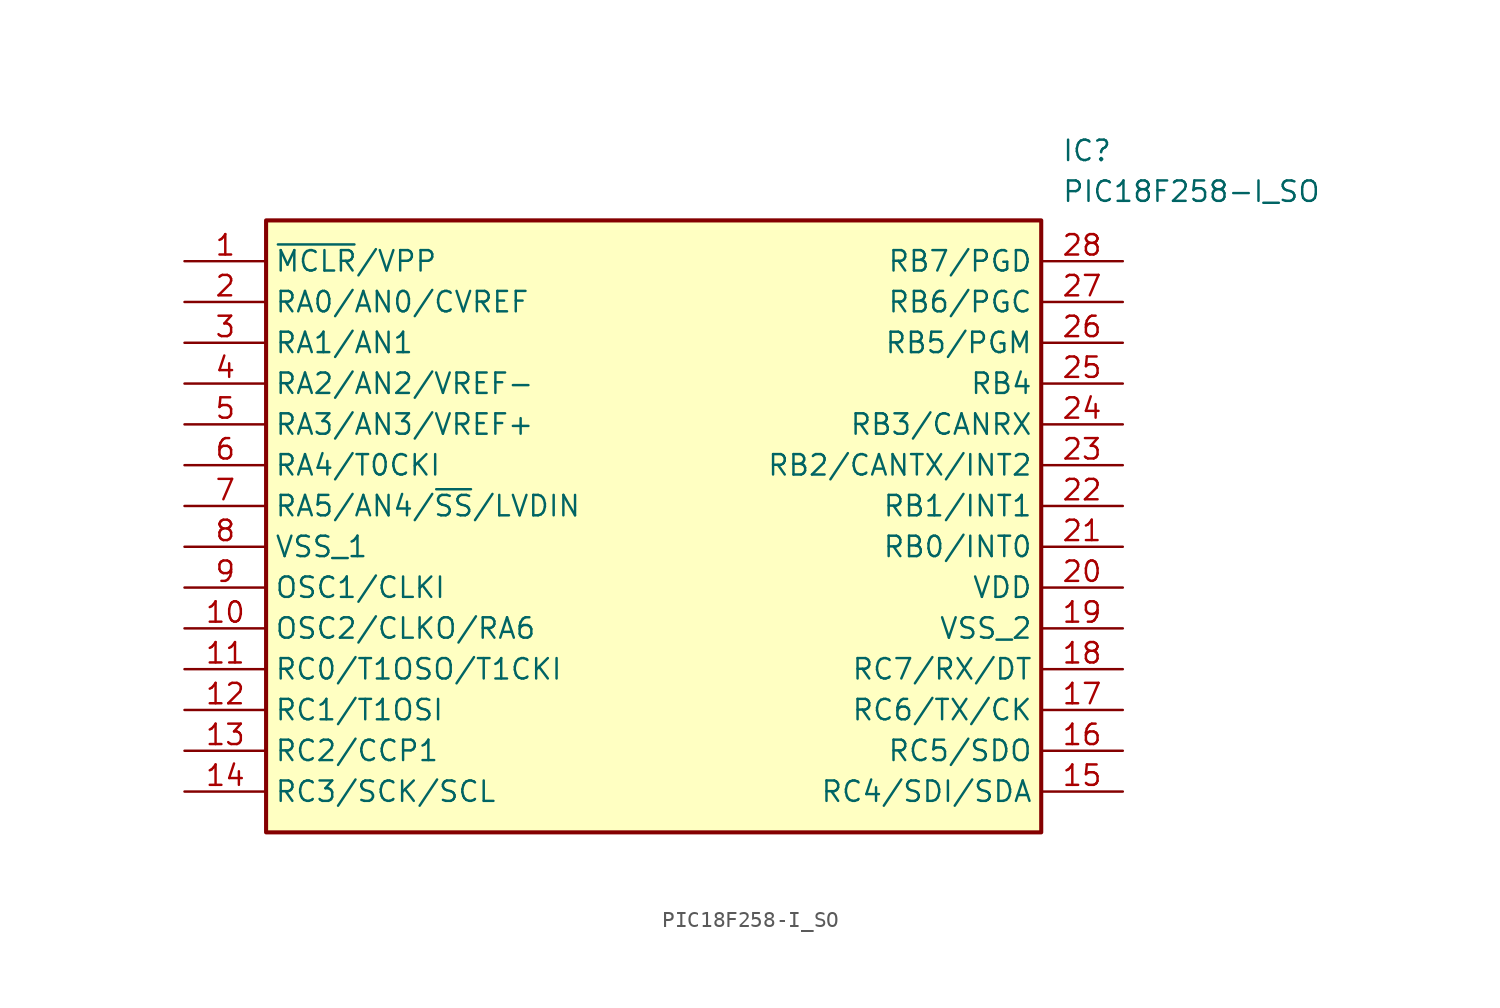
<source format=kicad_sym>
(kicad_symbol_lib
  (version 20220914)
  (generator SamacSys_ECAD_Model)
  (symbol "PIC18F258-I_SO"
    (property "Reference" "IC"
      (at 54.61 7.62 0)
      (effects (font (size 1.27 1.27)) (justify left top)))
    (property "Value" "PIC18F258-I_SO"
      (at 54.61 5.08 0)
      (effects (font (size 1.27 1.27)) (justify left top)))
    (rectangle
      (start 5.08 2.54)
      (end 53.34 -35.56)
      (stroke (width 0.254) (type default))
      (fill (type background)))
    (pin passive line
      (at 0 0 0)
      (length 5.08)
      (name "~{MCLR}/VPP" (effects (font (size 1.27 1.27))))
      (number "1" (effects (font (size 1.27 1.27)))))
    (pin passive line
      (at 0 -2.54 0)
      (length 5.08)
      (name "RA0/AN0/CVREF" (effects (font (size 1.27 1.27))))
      (number "2" (effects (font (size 1.27 1.27)))))
    (pin passive line
      (at 0 -5.08 0)
      (length 5.08)
      (name "RA1/AN1" (effects (font (size 1.27 1.27))))
      (number "3" (effects (font (size 1.27 1.27)))))
    (pin passive line
      (at 0 -7.62 0)
      (length 5.08)
      (name "RA2/AN2/VREF-" (effects (font (size 1.27 1.27))))
      (number "4" (effects (font (size 1.27 1.27)))))
    (pin passive line
      (at 0 -10.16 0)
      (length 5.08)
      (name "RA3/AN3/VREF+" (effects (font (size 1.27 1.27))))
      (number "5" (effects (font (size 1.27 1.27)))))
    (pin passive line
      (at 0 -12.7 0)
      (length 5.08)
      (name "RA4/T0CKI" (effects (font (size 1.27 1.27))))
      (number "6" (effects (font (size 1.27 1.27)))))
    (pin passive line
      (at 0 -15.24 0)
      (length 5.08)
      (name "RA5/AN4/~{SS}/LVDIN" (effects (font (size 1.27 1.27))))
      (number "7" (effects (font (size 1.27 1.27)))))
    (pin passive line
      (at 0 -17.78 0)
      (length 5.08)
      (name "VSS_1" (effects (font (size 1.27 1.27))))
      (number "8" (effects (font (size 1.27 1.27)))))
    (pin passive line
      (at 0 -20.32 0)
      (length 5.08)
      (name "OSC1/CLKI" (effects (font (size 1.27 1.27))))
      (number "9" (effects (font (size 1.27 1.27)))))
    (pin passive line
      (at 0 -22.86 0)
      (length 5.08)
      (name "OSC2/CLKO/RA6" (effects (font (size 1.27 1.27))))
      (number "10" (effects (font (size 1.27 1.27)))))
    (pin passive line
      (at 0 -25.4 0)
      (length 5.08)
      (name "RC0/T1OSO/T1CKI" (effects (font (size 1.27 1.27))))
      (number "11" (effects (font (size 1.27 1.27)))))
    (pin passive line
      (at 0 -27.94 0)
      (length 5.08)
      (name "RC1/T1OSI" (effects (font (size 1.27 1.27))))
      (number "12" (effects (font (size 1.27 1.27)))))
    (pin passive line
      (at 0 -30.48 0)
      (length 5.08)
      (name "RC2/CCP1" (effects (font (size 1.27 1.27))))
      (number "13" (effects (font (size 1.27 1.27)))))
    (pin passive line
      (at 0 -33.02 0)
      (length 5.08)
      (name "RC3/SCK/SCL" (effects (font (size 1.27 1.27))))
      (number "14" (effects (font (size 1.27 1.27)))))
    (pin passive line
      (at 58.42 0 180)
      (length 5.08)
      (name "RB7/PGD" (effects (font (size 1.27 1.27))))
      (number "28" (effects (font (size 1.27 1.27)))))
    (pin passive line
      (at 58.42 -2.54 180)
      (length 5.08)
      (name "RB6/PGC" (effects (font (size 1.27 1.27))))
      (number "27" (effects (font (size 1.27 1.27)))))
    (pin passive line
      (at 58.42 -5.08 180)
      (length 5.08)
      (name "RB5/PGM" (effects (font (size 1.27 1.27))))
      (number "26" (effects (font (size 1.27 1.27)))))
    (pin passive line
      (at 58.42 -7.62 180)
      (length 5.08)
      (name "RB4" (effects (font (size 1.27 1.27))))
      (number "25" (effects (font (size 1.27 1.27)))))
    (pin passive line
      (at 58.42 -10.16 180)
      (length 5.08)
      (name "RB3/CANRX" (effects (font (size 1.27 1.27))))
      (number "24" (effects (font (size 1.27 1.27)))))
    (pin passive line
      (at 58.42 -12.7 180)
      (length 5.08)
      (name "RB2/CANTX/INT2" (effects (font (size 1.27 1.27))))
      (number "23" (effects (font (size 1.27 1.27)))))
    (pin passive line
      (at 58.42 -15.24 180)
      (length 5.08)
      (name "RB1/INT1" (effects (font (size 1.27 1.27))))
      (number "22" (effects (font (size 1.27 1.27)))))
    (pin passive line
      (at 58.42 -17.78 180)
      (length 5.08)
      (name "RB0/INT0" (effects (font (size 1.27 1.27))))
      (number "21" (effects (font (size 1.27 1.27)))))
    (pin passive line
      (at 58.42 -20.32 180)
      (length 5.08)
      (name "VDD" (effects (font (size 1.27 1.27))))
      (number "20" (effects (font (size 1.27 1.27)))))
    (pin passive line
      (at 58.42 -22.86 180)
      (length 5.08)
      (name "VSS_2" (effects (font (size 1.27 1.27))))
      (number "19" (effects (font (size 1.27 1.27)))))
    (pin passive line
      (at 58.42 -25.4 180)
      (length 5.08)
      (name "RC7/RX/DT" (effects (font (size 1.27 1.27))))
      (number "18" (effects (font (size 1.27 1.27)))))
    (pin passive line
      (at 58.42 -27.94 180)
      (length 5.08)
      (name "RC6/TX/CK" (effects (font (size 1.27 1.27))))
      (number "17" (effects (font (size 1.27 1.27)))))
    (pin passive line
      (at 58.42 -30.48 180)
      (length 5.08)
      (name "RC5/SDO" (effects (font (size 1.27 1.27))))
      (number "16" (effects (font (size 1.27 1.27)))))
    (pin passive line
      (at 58.42 -33.02 180)
      (length 5.08)
      (name "RC4/SDI/SDA" (effects (font (size 1.27 1.27))))
      (number "15" (effects (font (size 1.27 1.27)))))))
</source>
